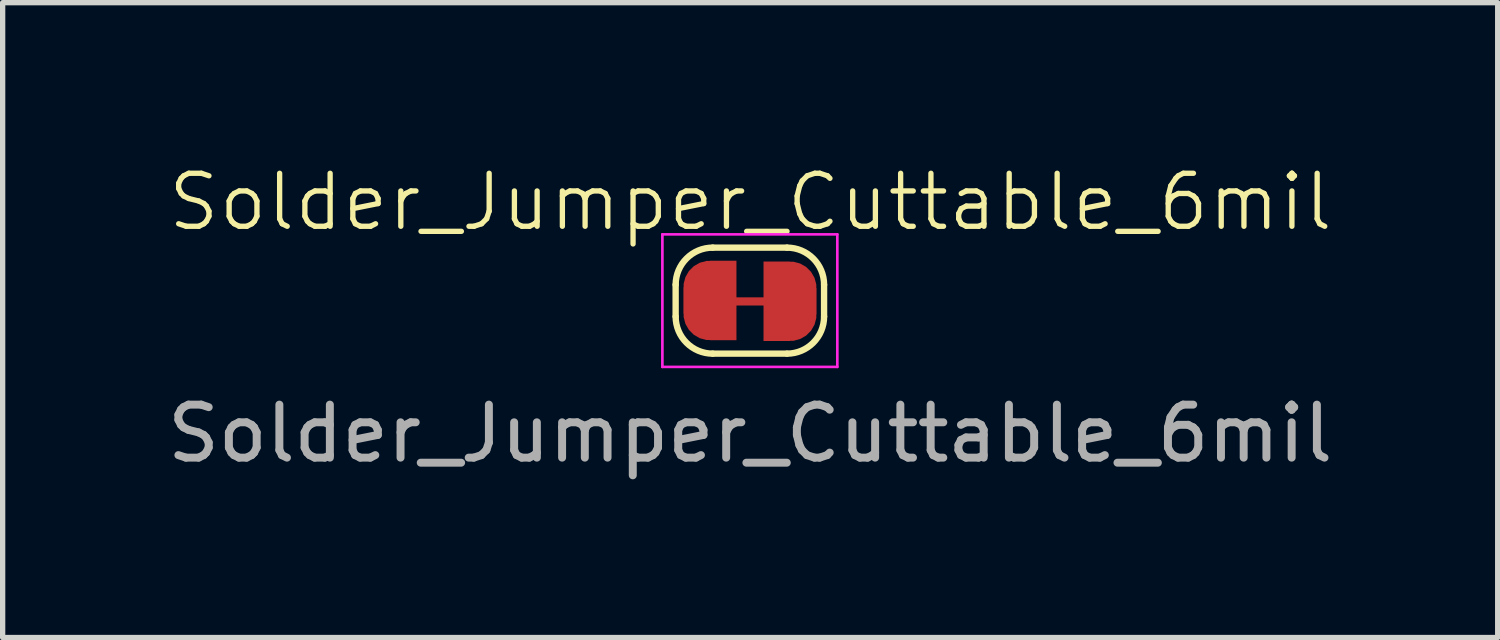
<source format=kicad_pcb>
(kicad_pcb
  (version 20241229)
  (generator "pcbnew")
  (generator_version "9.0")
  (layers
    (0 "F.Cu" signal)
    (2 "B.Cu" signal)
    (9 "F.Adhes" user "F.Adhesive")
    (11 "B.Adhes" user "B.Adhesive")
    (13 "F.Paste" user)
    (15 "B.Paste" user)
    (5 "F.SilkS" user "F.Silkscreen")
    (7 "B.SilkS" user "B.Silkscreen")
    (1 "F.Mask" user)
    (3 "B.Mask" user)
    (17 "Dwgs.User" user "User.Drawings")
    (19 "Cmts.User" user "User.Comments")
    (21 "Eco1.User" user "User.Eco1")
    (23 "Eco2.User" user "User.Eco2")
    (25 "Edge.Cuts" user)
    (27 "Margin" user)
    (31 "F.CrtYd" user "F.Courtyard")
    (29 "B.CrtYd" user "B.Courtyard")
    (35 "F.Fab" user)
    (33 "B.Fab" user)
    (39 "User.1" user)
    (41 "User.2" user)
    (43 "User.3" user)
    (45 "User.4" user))
  (footprint "Solder_Jumper_Cuttable_6mil"
    (layer "F.Cu")
    (at 11.101 2.628)
    (property "Reference" "Solder_Jumper_Cuttable_6mil" (at 0.005 -1.867 0) (unlocked yes) (layer "F.SilkS") (effects (font (size 1 1) (thickness 0.1))))
    (attr smd)
    (fp_poly (pts (xy 0.284 -0.069) (xy -0.28 -0.069) (xy -0.28 0.085) (xy 0.284 0.085)) (stroke (width 0) (type solid)) (fill yes) (layer "F.Cu"))
    (fp_line (start -1.406 0.293) (end -1.406 -0.307) (stroke (width 0.12) (type solid)) (layer "F.SilkS"))
    (fp_line (start -0.706 -1.007) (end 0.694 -1.007) (stroke (width 0.12) (type solid)) (layer "F.SilkS"))
    (fp_line (start 0.694 0.993) (end -0.706 0.993) (stroke (width 0.12) (type solid)) (layer "F.SilkS"))
    (fp_line (start 1.394 -0.307) (end 1.394 0.293) (stroke (width 0.12) (type solid)) (layer "F.SilkS"))
    (fp_arc (start -1.405604 -0.306797) (mid -1.200579 -0.801772) (end -0.705604 -1.006797) (stroke (width 0.12) (type solid)) (layer "F.SilkS"))
    (fp_arc (start -0.705604 0.993203) (mid -1.200579 0.788178) (end -1.405604 0.293203) (stroke (width 0.12) (type solid)) (layer "F.SilkS"))
    (fp_arc (start 0.694396 -1.006797) (mid 1.189371 -0.801772) (end 1.394396 -0.306797) (stroke (width 0.12) (type solid)) (layer "F.SilkS"))
    (fp_arc (start 1.394396 0.293203) (mid 1.189371 0.788178) (end 0.694396 0.993203) (stroke (width 0.12) (type solid)) (layer "F.SilkS"))
    (fp_line (start -1.656 -1.257) (end -1.656 1.243) (stroke (width 0.05) (type solid)) (layer "F.CrtYd"))
    (fp_line (start -1.656 -1.257) (end 1.644 -1.257) (stroke (width 0.05) (type solid)) (layer "F.CrtYd"))
    (fp_line (start 1.644 1.243) (end -1.656 1.243) (stroke (width 0.05) (type solid)) (layer "F.CrtYd"))
    (fp_line (start 1.644 1.243) (end 1.644 -1.257) (stroke (width 0.05) (type solid)) (layer "F.CrtYd"))
    (fp_text user "${REFERENCE}" (at 0 2.5 0) (unlocked yes) (layer "F.Fab") (effects (font (size 1 1) (thickness 0.15))))
    (pad "1" smd custom (at -0.759 -0.01) (size 1 0.5) (layers "F.Cu" "F.Mask") (options (anchor rect)) (primitives (gr_circle (center 0 0.25) (end 0.5 0.25) (width 0) (fill yes)) (gr_circle (center 0 -0.25) (end 0.5 -0.25) (width 0) (fill yes)) (gr_poly (pts (xy 0.5 0.75) (xy 0 0.75) (xy 0 -0.75) (xy 0.5 -0.75)) (width 0) (fill yes))))
    (pad "2" smd custom (at 0.752 0.005) (size 1 0.5) (layers "F.Cu" "F.Mask") (options (anchor rect)) (primitives (gr_circle (center 0 0.25) (end 0.5 0.25) (width 0) (fill yes)) (gr_circle (center 0 -0.25) (end 0.5 -0.25) (width 0) (fill yes)) (gr_poly (pts (xy 0 0.75) (xy -0.5 0.75) (xy -0.5 -0.75) (xy 0 -0.75)) (width 0) (fill yes)))))
  (gr_rect
    (start -3 -3)
    (end 25.202 8.976)
    (stroke (width 0.1) (type default))
    (fill no)
    (layer "Edge.Cuts")))
</source>
